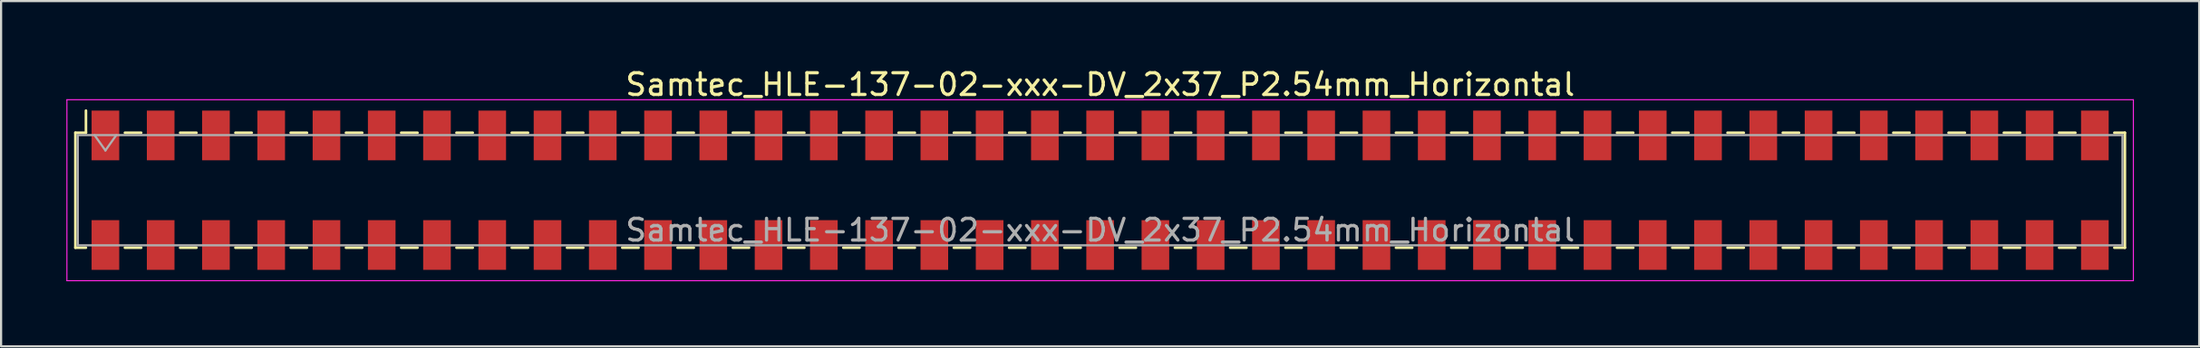
<source format=kicad_pcb>
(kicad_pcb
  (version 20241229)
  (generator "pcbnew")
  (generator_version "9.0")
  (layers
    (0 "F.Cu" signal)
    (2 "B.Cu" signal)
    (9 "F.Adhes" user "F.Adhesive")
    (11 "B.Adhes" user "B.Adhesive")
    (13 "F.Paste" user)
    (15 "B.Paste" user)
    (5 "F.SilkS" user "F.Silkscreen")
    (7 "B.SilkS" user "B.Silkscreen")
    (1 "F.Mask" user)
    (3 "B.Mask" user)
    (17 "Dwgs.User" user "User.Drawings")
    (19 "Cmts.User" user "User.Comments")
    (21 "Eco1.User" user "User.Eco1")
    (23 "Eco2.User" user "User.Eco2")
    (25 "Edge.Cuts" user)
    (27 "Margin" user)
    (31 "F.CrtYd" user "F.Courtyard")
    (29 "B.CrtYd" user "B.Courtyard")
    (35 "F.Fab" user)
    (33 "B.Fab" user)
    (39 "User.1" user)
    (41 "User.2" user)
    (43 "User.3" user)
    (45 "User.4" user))
  (footprint "Samtec_HLE-137-02-xxx-DV_2x37_P2.54mm_Horizontal"
    (layer "F.Cu")
    (at 47.515 5.718)
    (property "Reference" "Samtec_HLE-137-02-xxx-DV_2x37_P2.54mm_Horizontal" (at 0 -4.87 0) (layer "F.SilkS") (effects (font (size 1 1) (thickness 0.15))))
    (attr smd)
    (fp_line (start -47.1 -2.65) (end -47.1 2.65) (stroke (width 0.12) (type solid)) (layer "F.SilkS"))
    (fp_line (start -47.1 2.65) (end -46.615 2.65) (stroke (width 0.12) (type solid)) (layer "F.SilkS"))
    (fp_line (start -46.615 -3.67) (end -46.615 -2.65) (stroke (width 0.12) (type solid)) (layer "F.SilkS"))
    (fp_line (start -46.615 -2.65) (end -47.1 -2.65) (stroke (width 0.12) (type solid)) (layer "F.SilkS"))
    (fp_line (start -44.825 -2.65) (end -44.075 -2.65) (stroke (width 0.12) (type solid)) (layer "F.SilkS"))
    (fp_line (start -44.825 2.65) (end -44.075 2.65) (stroke (width 0.12) (type solid)) (layer "F.SilkS"))
    (fp_line (start -42.285 -2.65) (end -41.535 -2.65) (stroke (width 0.12) (type solid)) (layer "F.SilkS"))
    (fp_line (start -42.285 2.65) (end -41.535 2.65) (stroke (width 0.12) (type solid)) (layer "F.SilkS"))
    (fp_line (start -39.745 -2.65) (end -38.995 -2.65) (stroke (width 0.12) (type solid)) (layer "F.SilkS"))
    (fp_line (start -39.745 2.65) (end -38.995 2.65) (stroke (width 0.12) (type solid)) (layer "F.SilkS"))
    (fp_line (start -37.205 -2.65) (end -36.455 -2.65) (stroke (width 0.12) (type solid)) (layer "F.SilkS"))
    (fp_line (start -37.205 2.65) (end -36.455 2.65) (stroke (width 0.12) (type solid)) (layer "F.SilkS"))
    (fp_line (start -34.665 -2.65) (end -33.915 -2.65) (stroke (width 0.12) (type solid)) (layer "F.SilkS"))
    (fp_line (start -34.665 2.65) (end -33.915 2.65) (stroke (width 0.12) (type solid)) (layer "F.SilkS"))
    (fp_line (start -32.125 -2.65) (end -31.375 -2.65) (stroke (width 0.12) (type solid)) (layer "F.SilkS"))
    (fp_line (start -32.125 2.65) (end -31.375 2.65) (stroke (width 0.12) (type solid)) (layer "F.SilkS"))
    (fp_line (start -29.585 -2.65) (end -28.835 -2.65) (stroke (width 0.12) (type solid)) (layer "F.SilkS"))
    (fp_line (start -29.585 2.65) (end -28.835 2.65) (stroke (width 0.12) (type solid)) (layer "F.SilkS"))
    (fp_line (start -27.045 -2.65) (end -26.295 -2.65) (stroke (width 0.12) (type solid)) (layer "F.SilkS"))
    (fp_line (start -27.045 2.65) (end -26.295 2.65) (stroke (width 0.12) (type solid)) (layer "F.SilkS"))
    (fp_line (start -24.505 -2.65) (end -23.755 -2.65) (stroke (width 0.12) (type solid)) (layer "F.SilkS"))
    (fp_line (start -24.505 2.65) (end -23.755 2.65) (stroke (width 0.12) (type solid)) (layer "F.SilkS"))
    (fp_line (start -21.965 -2.65) (end -21.215 -2.65) (stroke (width 0.12) (type solid)) (layer "F.SilkS"))
    (fp_line (start -21.965 2.65) (end -21.215 2.65) (stroke (width 0.12) (type solid)) (layer "F.SilkS"))
    (fp_line (start -19.425 -2.65) (end -18.675 -2.65) (stroke (width 0.12) (type solid)) (layer "F.SilkS"))
    (fp_line (start -19.425 2.65) (end -18.675 2.65) (stroke (width 0.12) (type solid)) (layer "F.SilkS"))
    (fp_line (start -16.885 -2.65) (end -16.135 -2.65) (stroke (width 0.12) (type solid)) (layer "F.SilkS"))
    (fp_line (start -16.885 2.65) (end -16.135 2.65) (stroke (width 0.12) (type solid)) (layer "F.SilkS"))
    (fp_line (start -14.345 -2.65) (end -13.595 -2.65) (stroke (width 0.12) (type solid)) (layer "F.SilkS"))
    (fp_line (start -14.345 2.65) (end -13.595 2.65) (stroke (width 0.12) (type solid)) (layer "F.SilkS"))
    (fp_line (start -11.805 -2.65) (end -11.055 -2.65) (stroke (width 0.12) (type solid)) (layer "F.SilkS"))
    (fp_line (start -11.805 2.65) (end -11.055 2.65) (stroke (width 0.12) (type solid)) (layer "F.SilkS"))
    (fp_line (start -9.265 -2.65) (end -8.515 -2.65) (stroke (width 0.12) (type solid)) (layer "F.SilkS"))
    (fp_line (start -9.265 2.65) (end -8.515 2.65) (stroke (width 0.12) (type solid)) (layer "F.SilkS"))
    (fp_line (start -6.725 -2.65) (end -5.975 -2.65) (stroke (width 0.12) (type solid)) (layer "F.SilkS"))
    (fp_line (start -6.725 2.65) (end -5.975 2.65) (stroke (width 0.12) (type solid)) (layer "F.SilkS"))
    (fp_line (start -4.185 -2.65) (end -3.435 -2.65) (stroke (width 0.12) (type solid)) (layer "F.SilkS"))
    (fp_line (start -4.185 2.65) (end -3.435 2.65) (stroke (width 0.12) (type solid)) (layer "F.SilkS"))
    (fp_line (start -1.645 -2.65) (end -0.895 -2.65) (stroke (width 0.12) (type solid)) (layer "F.SilkS"))
    (fp_line (start -1.645 2.65) (end -0.895 2.65) (stroke (width 0.12) (type solid)) (layer "F.SilkS"))
    (fp_line (start 0.895 -2.65) (end 1.645 -2.65) (stroke (width 0.12) (type solid)) (layer "F.SilkS"))
    (fp_line (start 0.895 2.65) (end 1.645 2.65) (stroke (width 0.12) (type solid)) (layer "F.SilkS"))
    (fp_line (start 3.435 -2.65) (end 4.185 -2.65) (stroke (width 0.12) (type solid)) (layer "F.SilkS"))
    (fp_line (start 3.435 2.65) (end 4.185 2.65) (stroke (width 0.12) (type solid)) (layer "F.SilkS"))
    (fp_line (start 5.975 -2.65) (end 6.725 -2.65) (stroke (width 0.12) (type solid)) (layer "F.SilkS"))
    (fp_line (start 5.975 2.65) (end 6.725 2.65) (stroke (width 0.12) (type solid)) (layer "F.SilkS"))
    (fp_line (start 8.515 -2.65) (end 9.265 -2.65) (stroke (width 0.12) (type solid)) (layer "F.SilkS"))
    (fp_line (start 8.515 2.65) (end 9.265 2.65) (stroke (width 0.12) (type solid)) (layer "F.SilkS"))
    (fp_line (start 11.055 -2.65) (end 11.805 -2.65) (stroke (width 0.12) (type solid)) (layer "F.SilkS"))
    (fp_line (start 11.055 2.65) (end 11.805 2.65) (stroke (width 0.12) (type solid)) (layer "F.SilkS"))
    (fp_line (start 13.595 -2.65) (end 14.345 -2.65) (stroke (width 0.12) (type solid)) (layer "F.SilkS"))
    (fp_line (start 13.595 2.65) (end 14.345 2.65) (stroke (width 0.12) (type solid)) (layer "F.SilkS"))
    (fp_line (start 16.135 -2.65) (end 16.885 -2.65) (stroke (width 0.12) (type solid)) (layer "F.SilkS"))
    (fp_line (start 16.135 2.65) (end 16.885 2.65) (stroke (width 0.12) (type solid)) (layer "F.SilkS"))
    (fp_line (start 18.675 -2.65) (end 19.425 -2.65) (stroke (width 0.12) (type solid)) (layer "F.SilkS"))
    (fp_line (start 18.675 2.65) (end 19.425 2.65) (stroke (width 0.12) (type solid)) (layer "F.SilkS"))
    (fp_line (start 21.215 -2.65) (end 21.965 -2.65) (stroke (width 0.12) (type solid)) (layer "F.SilkS"))
    (fp_line (start 21.215 2.65) (end 21.965 2.65) (stroke (width 0.12) (type solid)) (layer "F.SilkS"))
    (fp_line (start 23.755 -2.65) (end 24.505 -2.65) (stroke (width 0.12) (type solid)) (layer "F.SilkS"))
    (fp_line (start 23.755 2.65) (end 24.505 2.65) (stroke (width 0.12) (type solid)) (layer "F.SilkS"))
    (fp_line (start 26.295 -2.65) (end 27.045 -2.65) (stroke (width 0.12) (type solid)) (layer "F.SilkS"))
    (fp_line (start 26.295 2.65) (end 27.045 2.65) (stroke (width 0.12) (type solid)) (layer "F.SilkS"))
    (fp_line (start 28.835 -2.65) (end 29.585 -2.65) (stroke (width 0.12) (type solid)) (layer "F.SilkS"))
    (fp_line (start 28.835 2.65) (end 29.585 2.65) (stroke (width 0.12) (type solid)) (layer "F.SilkS"))
    (fp_line (start 31.375 -2.65) (end 32.125 -2.65) (stroke (width 0.12) (type solid)) (layer "F.SilkS"))
    (fp_line (start 31.375 2.65) (end 32.125 2.65) (stroke (width 0.12) (type solid)) (layer "F.SilkS"))
    (fp_line (start 33.915 -2.65) (end 34.665 -2.65) (stroke (width 0.12) (type solid)) (layer "F.SilkS"))
    (fp_line (start 33.915 2.65) (end 34.665 2.65) (stroke (width 0.12) (type solid)) (layer "F.SilkS"))
    (fp_line (start 36.455 -2.65) (end 37.205 -2.65) (stroke (width 0.12) (type solid)) (layer "F.SilkS"))
    (fp_line (start 36.455 2.65) (end 37.205 2.65) (stroke (width 0.12) (type solid)) (layer "F.SilkS"))
    (fp_line (start 38.995 -2.65) (end 39.745 -2.65) (stroke (width 0.12) (type solid)) (layer "F.SilkS"))
    (fp_line (start 38.995 2.65) (end 39.745 2.65) (stroke (width 0.12) (type solid)) (layer "F.SilkS"))
    (fp_line (start 41.535 -2.65) (end 42.285 -2.65) (stroke (width 0.12) (type solid)) (layer "F.SilkS"))
    (fp_line (start 41.535 2.65) (end 42.285 2.65) (stroke (width 0.12) (type solid)) (layer "F.SilkS"))
    (fp_line (start 44.075 -2.65) (end 44.825 -2.65) (stroke (width 0.12) (type solid)) (layer "F.SilkS"))
    (fp_line (start 44.075 2.65) (end 44.825 2.65) (stroke (width 0.12) (type solid)) (layer "F.SilkS"))
    (fp_line (start 46.615 -2.65) (end 47.1 -2.65) (stroke (width 0.12) (type solid)) (layer "F.SilkS"))
    (fp_line (start 47.1 -2.65) (end 47.1 2.65) (stroke (width 0.12) (type solid)) (layer "F.SilkS"))
    (fp_line (start 47.1 2.65) (end 46.615 2.65) (stroke (width 0.12) (type solid)) (layer "F.SilkS"))
    (fp_line (start -47.49 -4.17) (end 47.49 -4.17) (stroke (width 0.05) (type solid)) (layer "F.CrtYd"))
    (fp_line (start -47.49 4.17) (end -47.49 -4.17) (stroke (width 0.05) (type solid)) (layer "F.CrtYd"))
    (fp_line (start 47.49 -4.17) (end 47.49 4.17) (stroke (width 0.05) (type solid)) (layer "F.CrtYd"))
    (fp_line (start 47.49 4.17) (end -47.49 4.17) (stroke (width 0.05) (type solid)) (layer "F.CrtYd"))
    (fp_line (start -46.99 -2.54) (end 46.99 -2.54) (stroke (width 0.1) (type solid)) (layer "F.Fab"))
    (fp_line (start -46.99 2.54) (end -46.99 -2.54) (stroke (width 0.1) (type solid)) (layer "F.Fab"))
    (fp_line (start -46.22 -2.54) (end -45.72 -1.833) (stroke (width 0.1) (type solid)) (layer "F.Fab"))
    (fp_line (start -45.72 -1.833) (end -45.22 -2.54) (stroke (width 0.1) (type solid)) (layer "F.Fab"))
    (fp_line (start 46.99 -2.54) (end 46.99 2.54) (stroke (width 0.1) (type solid)) (layer "F.Fab"))
    (fp_line (start 46.99 2.54) (end -46.99 2.54) (stroke (width 0.1) (type solid)) (layer "F.Fab"))
    (fp_text user "${REFERENCE}" (at 0 1.84 0) (layer "F.Fab") (effects (font (size 1 1) (thickness 0.15))))
    (pad "1" smd rect (at -45.72 -2.525) (size 1.27 2.29) (layers "F.Cu" "F.Mask" "F.Paste"))
    (pad "2" smd rect (at -45.72 2.525) (size 1.27 2.29) (layers "F.Cu" "F.Mask" "F.Paste"))
    (pad "3" smd rect (at -43.18 -2.525) (size 1.27 2.29) (layers "F.Cu" "F.Mask" "F.Paste"))
    (pad "4" smd rect (at -43.18 2.525) (size 1.27 2.29) (layers "F.Cu" "F.Mask" "F.Paste"))
    (pad "5" smd rect (at -40.64 -2.525) (size 1.27 2.29) (layers "F.Cu" "F.Mask" "F.Paste"))
    (pad "6" smd rect (at -40.64 2.525) (size 1.27 2.29) (layers "F.Cu" "F.Mask" "F.Paste"))
    (pad "7" smd rect (at -38.1 -2.525) (size 1.27 2.29) (layers "F.Cu" "F.Mask" "F.Paste"))
    (pad "8" smd rect (at -38.1 2.525) (size 1.27 2.29) (layers "F.Cu" "F.Mask" "F.Paste"))
    (pad "9" smd rect (at -35.56 -2.525) (size 1.27 2.29) (layers "F.Cu" "F.Mask" "F.Paste"))
    (pad "10" smd rect (at -35.56 2.525) (size 1.27 2.29) (layers "F.Cu" "F.Mask" "F.Paste"))
    (pad "11" smd rect (at -33.02 -2.525) (size 1.27 2.29) (layers "F.Cu" "F.Mask" "F.Paste"))
    (pad "12" smd rect (at -33.02 2.525) (size 1.27 2.29) (layers "F.Cu" "F.Mask" "F.Paste"))
    (pad "13" smd rect (at -30.48 -2.525) (size 1.27 2.29) (layers "F.Cu" "F.Mask" "F.Paste"))
    (pad "14" smd rect (at -30.48 2.525) (size 1.27 2.29) (layers "F.Cu" "F.Mask" "F.Paste"))
    (pad "15" smd rect (at -27.94 -2.525) (size 1.27 2.29) (layers "F.Cu" "F.Mask" "F.Paste"))
    (pad "16" smd rect (at -27.94 2.525) (size 1.27 2.29) (layers "F.Cu" "F.Mask" "F.Paste"))
    (pad "17" smd rect (at -25.4 -2.525) (size 1.27 2.29) (layers "F.Cu" "F.Mask" "F.Paste"))
    (pad "18" smd rect (at -25.4 2.525) (size 1.27 2.29) (layers "F.Cu" "F.Mask" "F.Paste"))
    (pad "19" smd rect (at -22.86 -2.525) (size 1.27 2.29) (layers "F.Cu" "F.Mask" "F.Paste"))
    (pad "20" smd rect (at -22.86 2.525) (size 1.27 2.29) (layers "F.Cu" "F.Mask" "F.Paste"))
    (pad "21" smd rect (at -20.32 -2.525) (size 1.27 2.29) (layers "F.Cu" "F.Mask" "F.Paste"))
    (pad "22" smd rect (at -20.32 2.525) (size 1.27 2.29) (layers "F.Cu" "F.Mask" "F.Paste"))
    (pad "23" smd rect (at -17.78 -2.525) (size 1.27 2.29) (layers "F.Cu" "F.Mask" "F.Paste"))
    (pad "24" smd rect (at -17.78 2.525) (size 1.27 2.29) (layers "F.Cu" "F.Mask" "F.Paste"))
    (pad "25" smd rect (at -15.24 -2.525) (size 1.27 2.29) (layers "F.Cu" "F.Mask" "F.Paste"))
    (pad "26" smd rect (at -15.24 2.525) (size 1.27 2.29) (layers "F.Cu" "F.Mask" "F.Paste"))
    (pad "27" smd rect (at -12.7 -2.525) (size 1.27 2.29) (layers "F.Cu" "F.Mask" "F.Paste"))
    (pad "28" smd rect (at -12.7 2.525) (size 1.27 2.29) (layers "F.Cu" "F.Mask" "F.Paste"))
    (pad "29" smd rect (at -10.16 -2.525) (size 1.27 2.29) (layers "F.Cu" "F.Mask" "F.Paste"))
    (pad "30" smd rect (at -10.16 2.525) (size 1.27 2.29) (layers "F.Cu" "F.Mask" "F.Paste"))
    (pad "31" smd rect (at -7.62 -2.525) (size 1.27 2.29) (layers "F.Cu" "F.Mask" "F.Paste"))
    (pad "32" smd rect (at -7.62 2.525) (size 1.27 2.29) (layers "F.Cu" "F.Mask" "F.Paste"))
    (pad "33" smd rect (at -5.08 -2.525) (size 1.27 2.29) (layers "F.Cu" "F.Mask" "F.Paste"))
    (pad "34" smd rect (at -5.08 2.525) (size 1.27 2.29) (layers "F.Cu" "F.Mask" "F.Paste"))
    (pad "35" smd rect (at -2.54 -2.525) (size 1.27 2.29) (layers "F.Cu" "F.Mask" "F.Paste"))
    (pad "36" smd rect (at -2.54 2.525) (size 1.27 2.29) (layers "F.Cu" "F.Mask" "F.Paste"))
    (pad "37" smd rect (at 0 -2.525) (size 1.27 2.29) (layers "F.Cu" "F.Mask" "F.Paste"))
    (pad "38" smd rect (at 0 2.525) (size 1.27 2.29) (layers "F.Cu" "F.Mask" "F.Paste"))
    (pad "39" smd rect (at 2.54 -2.525) (size 1.27 2.29) (layers "F.Cu" "F.Mask" "F.Paste"))
    (pad "40" smd rect (at 2.54 2.525) (size 1.27 2.29) (layers "F.Cu" "F.Mask" "F.Paste"))
    (pad "41" smd rect (at 5.08 -2.525) (size 1.27 2.29) (layers "F.Cu" "F.Mask" "F.Paste"))
    (pad "42" smd rect (at 5.08 2.525) (size 1.27 2.29) (layers "F.Cu" "F.Mask" "F.Paste"))
    (pad "43" smd rect (at 7.62 -2.525) (size 1.27 2.29) (layers "F.Cu" "F.Mask" "F.Paste"))
    (pad "44" smd rect (at 7.62 2.525) (size 1.27 2.29) (layers "F.Cu" "F.Mask" "F.Paste"))
    (pad "45" smd rect (at 10.16 -2.525) (size 1.27 2.29) (layers "F.Cu" "F.Mask" "F.Paste"))
    (pad "46" smd rect (at 10.16 2.525) (size 1.27 2.29) (layers "F.Cu" "F.Mask" "F.Paste"))
    (pad "47" smd rect (at 12.7 -2.525) (size 1.27 2.29) (layers "F.Cu" "F.Mask" "F.Paste"))
    (pad "48" smd rect (at 12.7 2.525) (size 1.27 2.29) (layers "F.Cu" "F.Mask" "F.Paste"))
    (pad "49" smd rect (at 15.24 -2.525) (size 1.27 2.29) (layers "F.Cu" "F.Mask" "F.Paste"))
    (pad "50" smd rect (at 15.24 2.525) (size 1.27 2.29) (layers "F.Cu" "F.Mask" "F.Paste"))
    (pad "51" smd rect (at 17.78 -2.525) (size 1.27 2.29) (layers "F.Cu" "F.Mask" "F.Paste"))
    (pad "52" smd rect (at 17.78 2.525) (size 1.27 2.29) (layers "F.Cu" "F.Mask" "F.Paste"))
    (pad "53" smd rect (at 20.32 -2.525) (size 1.27 2.29) (layers "F.Cu" "F.Mask" "F.Paste"))
    (pad "54" smd rect (at 20.32 2.525) (size 1.27 2.29) (layers "F.Cu" "F.Mask" "F.Paste"))
    (pad "55" smd rect (at 22.86 -2.525) (size 1.27 2.29) (layers "F.Cu" "F.Mask" "F.Paste"))
    (pad "56" smd rect (at 22.86 2.525) (size 1.27 2.29) (layers "F.Cu" "F.Mask" "F.Paste"))
    (pad "57" smd rect (at 25.4 -2.525) (size 1.27 2.29) (layers "F.Cu" "F.Mask" "F.Paste"))
    (pad "58" smd rect (at 25.4 2.525) (size 1.27 2.29) (layers "F.Cu" "F.Mask" "F.Paste"))
    (pad "59" smd rect (at 27.94 -2.525) (size 1.27 2.29) (layers "F.Cu" "F.Mask" "F.Paste"))
    (pad "60" smd rect (at 27.94 2.525) (size 1.27 2.29) (layers "F.Cu" "F.Mask" "F.Paste"))
    (pad "61" smd rect (at 30.48 -2.525) (size 1.27 2.29) (layers "F.Cu" "F.Mask" "F.Paste"))
    (pad "62" smd rect (at 30.48 2.525) (size 1.27 2.29) (layers "F.Cu" "F.Mask" "F.Paste"))
    (pad "63" smd rect (at 33.02 -2.525) (size 1.27 2.29) (layers "F.Cu" "F.Mask" "F.Paste"))
    (pad "64" smd rect (at 33.02 2.525) (size 1.27 2.29) (layers "F.Cu" "F.Mask" "F.Paste"))
    (pad "65" smd rect (at 35.56 -2.525) (size 1.27 2.29) (layers "F.Cu" "F.Mask" "F.Paste"))
    (pad "66" smd rect (at 35.56 2.525) (size 1.27 2.29) (layers "F.Cu" "F.Mask" "F.Paste"))
    (pad "67" smd rect (at 38.1 -2.525) (size 1.27 2.29) (layers "F.Cu" "F.Mask" "F.Paste"))
    (pad "68" smd rect (at 38.1 2.525) (size 1.27 2.29) (layers "F.Cu" "F.Mask" "F.Paste"))
    (pad "69" smd rect (at 40.64 -2.525) (size 1.27 2.29) (layers "F.Cu" "F.Mask" "F.Paste"))
    (pad "70" smd rect (at 40.64 2.525) (size 1.27 2.29) (layers "F.Cu" "F.Mask" "F.Paste"))
    (pad "71" smd rect (at 43.18 -2.525) (size 1.27 2.29) (layers "F.Cu" "F.Mask" "F.Paste"))
    (pad "72" smd rect (at 43.18 2.525) (size 1.27 2.29) (layers "F.Cu" "F.Mask" "F.Paste"))
    (pad "73" smd rect (at 45.72 -2.525) (size 1.27 2.29) (layers "F.Cu" "F.Mask" "F.Paste"))
    (pad "74" smd rect (at 45.72 2.525) (size 1.27 2.29) (layers "F.Cu" "F.Mask" "F.Paste")))
  (gr_rect
    (start -3 -3)
    (end 98.03 12.913)
    (stroke (width 0.1) (type default))
    (fill no)
    (layer "Edge.Cuts")))
</source>
